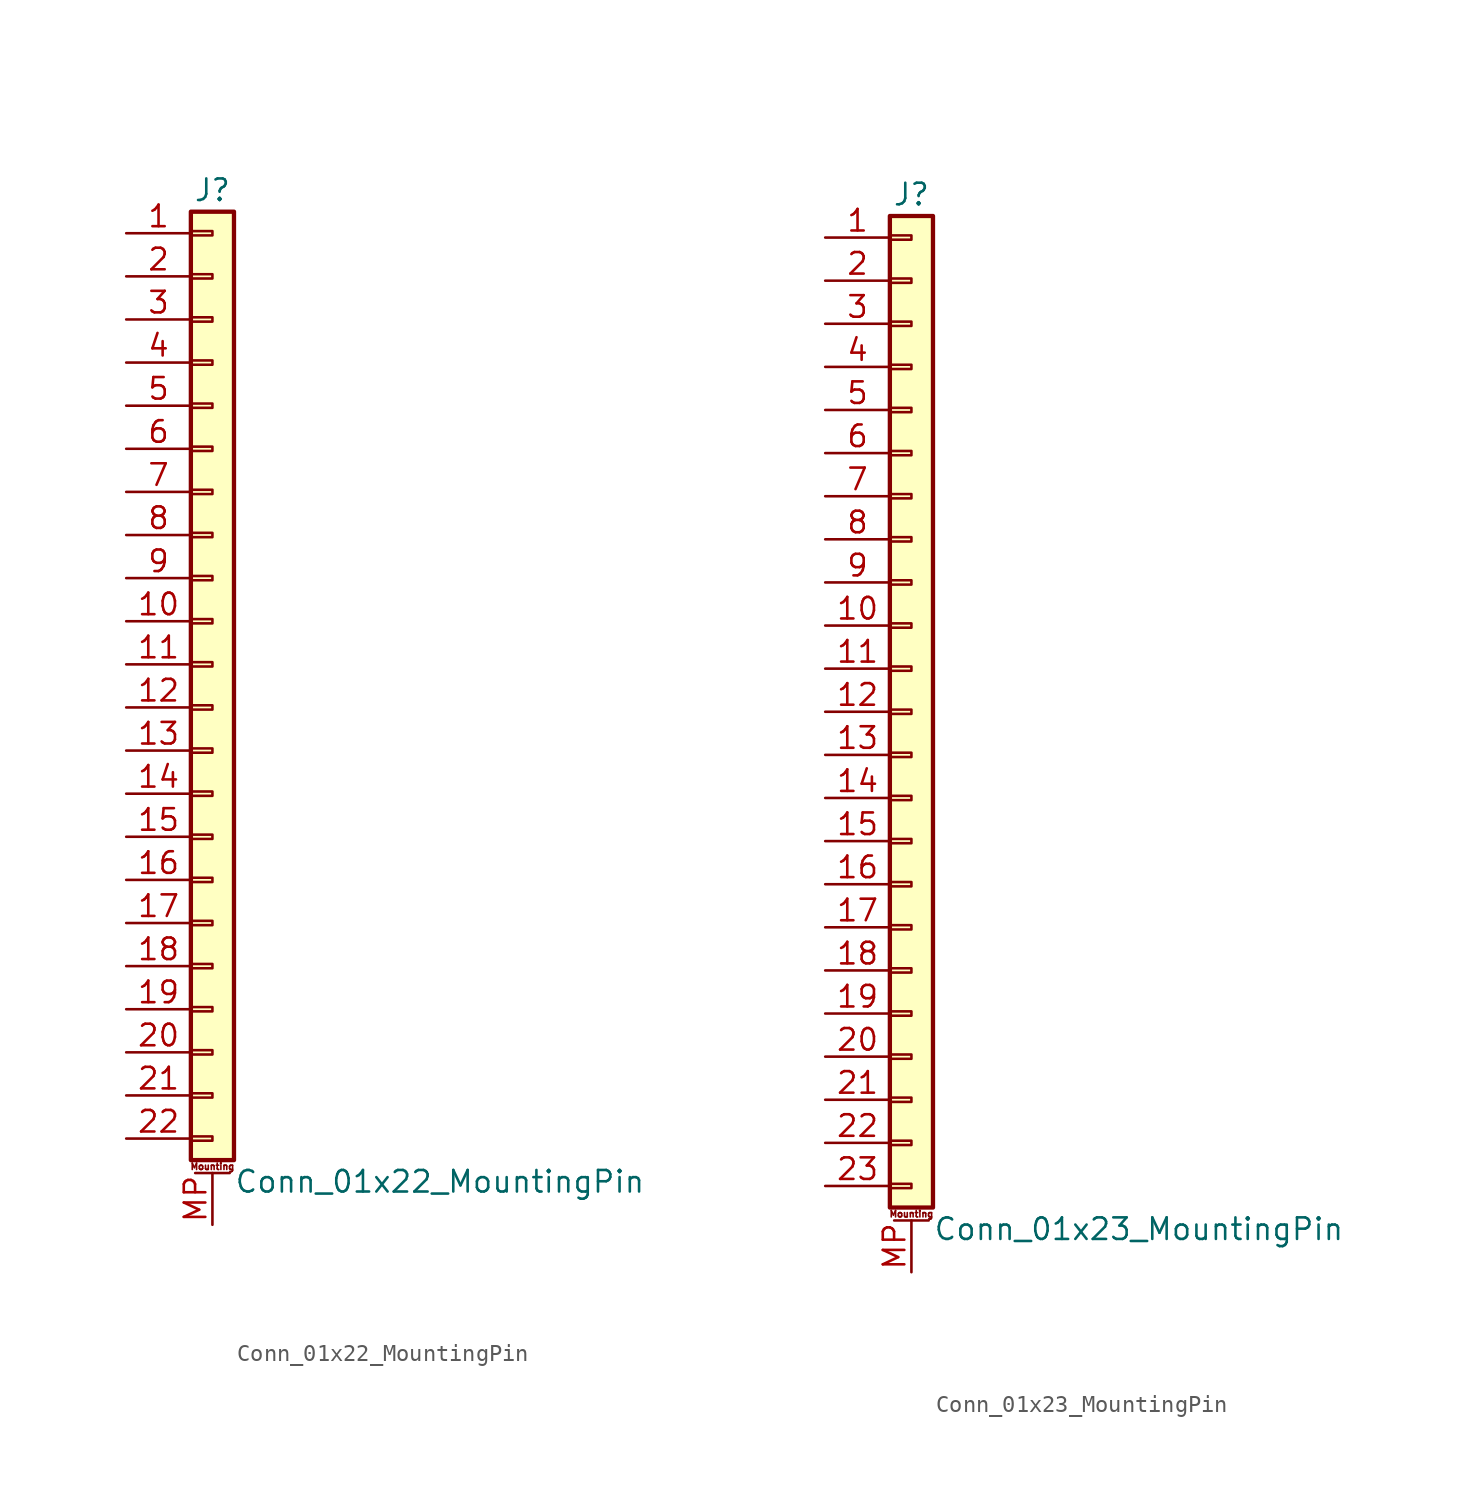
<source format=kicad_sym>
(kicad_symbol_lib
  (version 20201005)
  (generator kicad_symbol_editor)
  (symbol "Conn_01x22_MountingPin"
    (pin_names
      (offset 1.016) hide)
    (property "Reference" "J"
      (at 0 27.94 0)
      (effects (font (size 1.27 1.27))))
    (property "Value" "Conn_01x22_MountingPin"
      (at 1.27 -30.48 0)
      (effects (font (size 1.27 1.27)) (justify left)))
    (symbol "Conn_01x22_MountingPin_1_1"
      (text "Mounting" (at 0 -29.591 0) (effects (font (size 0.381 0.381))))
      (rectangle (start -1.27 -27.813) (end 0 -28.067) (stroke (width 0.152)) (fill (type none)))
      (rectangle (start -1.27 -25.273) (end 0 -25.527) (stroke (width 0.152)) (fill (type none)))
      (rectangle (start -1.27 -22.733) (end 0 -22.987) (stroke (width 0.152)) (fill (type none)))
      (rectangle (start -1.27 -20.193) (end 0 -20.447) (stroke (width 0.152)) (fill (type none)))
      (rectangle (start -1.27 -17.653) (end 0 -17.907) (stroke (width 0.152)) (fill (type none)))
      (rectangle (start -1.27 -15.113) (end 0 -15.367) (stroke (width 0.152)) (fill (type none)))
      (rectangle (start -1.27 -12.573) (end 0 -12.827) (stroke (width 0.152)) (fill (type none)))
      (rectangle (start -1.27 -10.033) (end 0 -10.287) (stroke (width 0.152)) (fill (type none)))
      (rectangle (start -1.27 -7.493) (end 0 -7.747) (stroke (width 0.152)) (fill (type none)))
      (rectangle (start -1.27 -4.953) (end 0 -5.207) (stroke (width 0.152)) (fill (type none)))
      (rectangle (start -1.27 -2.413) (end 0 -2.667) (stroke (width 0.152)) (fill (type none)))
      (rectangle (start -1.27 0.127) (end 0 -0.127) (stroke (width 0.152)) (fill (type none)))
      (rectangle (start -1.27 2.667) (end 0 2.413) (stroke (width 0.152)) (fill (type none)))
      (rectangle (start -1.27 5.207) (end 0 4.953) (stroke (width 0.152)) (fill (type none)))
      (rectangle (start -1.27 7.747) (end 0 7.493) (stroke (width 0.152)) (fill (type none)))
      (rectangle (start -1.27 10.287) (end 0 10.033) (stroke (width 0.152)) (fill (type none)))
      (rectangle (start -1.27 12.827) (end 0 12.573) (stroke (width 0.152)) (fill (type none)))
      (rectangle (start -1.27 15.367) (end 0 15.113) (stroke (width 0.152)) (fill (type none)))
      (rectangle (start -1.27 17.907) (end 0 17.653) (stroke (width 0.152)) (fill (type none)))
      (rectangle (start -1.27 20.447) (end 0 20.193) (stroke (width 0.152)) (fill (type none)))
      (rectangle (start -1.27 22.987) (end 0 22.733) (stroke (width 0.152)) (fill (type none)))
      (rectangle (start -1.27 25.527) (end 0 25.273) (stroke (width 0.152)) (fill (type none)))
      (rectangle (start -1.27 26.67) (end 1.27 -29.21) (stroke (width 0.254)) (fill (type background)))
      (polyline (pts (xy -1.016 -29.972) (xy 1.016 -29.972)) (stroke (width 0.152)) (fill (type none)))
      (pin passive line (at -5.08 25.4 0) (length 3.81) (name "Pin_1" (effects (font (size 1.27 1.27)))) (number "1" (effects (font (size 1.27 1.27)))))
      (pin passive line (at -5.08 2.54 0) (length 3.81) (name "Pin_10" (effects (font (size 1.27 1.27)))) (number "10" (effects (font (size 1.27 1.27)))))
      (pin passive line (at -5.08 0 0) (length 3.81) (name "Pin_11" (effects (font (size 1.27 1.27)))) (number "11" (effects (font (size 1.27 1.27)))))
      (pin passive line (at -5.08 -2.54 0) (length 3.81) (name "Pin_12" (effects (font (size 1.27 1.27)))) (number "12" (effects (font (size 1.27 1.27)))))
      (pin passive line (at -5.08 -5.08 0) (length 3.81) (name "Pin_13" (effects (font (size 1.27 1.27)))) (number "13" (effects (font (size 1.27 1.27)))))
      (pin passive line (at -5.08 -7.62 0) (length 3.81) (name "Pin_14" (effects (font (size 1.27 1.27)))) (number "14" (effects (font (size 1.27 1.27)))))
      (pin passive line (at -5.08 -10.16 0) (length 3.81) (name "Pin_15" (effects (font (size 1.27 1.27)))) (number "15" (effects (font (size 1.27 1.27)))))
      (pin passive line (at -5.08 -12.7 0) (length 3.81) (name "Pin_16" (effects (font (size 1.27 1.27)))) (number "16" (effects (font (size 1.27 1.27)))))
      (pin passive line (at -5.08 -15.24 0) (length 3.81) (name "Pin_17" (effects (font (size 1.27 1.27)))) (number "17" (effects (font (size 1.27 1.27)))))
      (pin passive line (at -5.08 -17.78 0) (length 3.81) (name "Pin_18" (effects (font (size 1.27 1.27)))) (number "18" (effects (font (size 1.27 1.27)))))
      (pin passive line (at -5.08 -20.32 0) (length 3.81) (name "Pin_19" (effects (font (size 1.27 1.27)))) (number "19" (effects (font (size 1.27 1.27)))))
      (pin passive line (at -5.08 22.86 0) (length 3.81) (name "Pin_2" (effects (font (size 1.27 1.27)))) (number "2" (effects (font (size 1.27 1.27)))))
      (pin passive line (at -5.08 -22.86 0) (length 3.81) (name "Pin_20" (effects (font (size 1.27 1.27)))) (number "20" (effects (font (size 1.27 1.27)))))
      (pin passive line (at -5.08 -25.4 0) (length 3.81) (name "Pin_21" (effects (font (size 1.27 1.27)))) (number "21" (effects (font (size 1.27 1.27)))))
      (pin passive line (at -5.08 -27.94 0) (length 3.81) (name "Pin_22" (effects (font (size 1.27 1.27)))) (number "22" (effects (font (size 1.27 1.27)))))
      (pin passive line (at -5.08 20.32 0) (length 3.81) (name "Pin_3" (effects (font (size 1.27 1.27)))) (number "3" (effects (font (size 1.27 1.27)))))
      (pin passive line (at -5.08 17.78 0) (length 3.81) (name "Pin_4" (effects (font (size 1.27 1.27)))) (number "4" (effects (font (size 1.27 1.27)))))
      (pin passive line (at -5.08 15.24 0) (length 3.81) (name "Pin_5" (effects (font (size 1.27 1.27)))) (number "5" (effects (font (size 1.27 1.27)))))
      (pin passive line (at -5.08 12.7 0) (length 3.81) (name "Pin_6" (effects (font (size 1.27 1.27)))) (number "6" (effects (font (size 1.27 1.27)))))
      (pin passive line (at -5.08 10.16 0) (length 3.81) (name "Pin_7" (effects (font (size 1.27 1.27)))) (number "7" (effects (font (size 1.27 1.27)))))
      (pin passive line (at -5.08 7.62 0) (length 3.81) (name "Pin_8" (effects (font (size 1.27 1.27)))) (number "8" (effects (font (size 1.27 1.27)))))
      (pin passive line (at -5.08 5.08 0) (length 3.81) (name "Pin_9" (effects (font (size 1.27 1.27)))) (number "9" (effects (font (size 1.27 1.27)))))
      (pin passive line (at 0 -33.02 90) (length 3.048) (name "MountPin" (effects (font (size 1.27 1.27)))) (number "MP" (effects (font (size 1.27 1.27)))))))
  (symbol "Conn_01x23_MountingPin"
    (pin_names
      (offset 1.016) hide)
    (property "Reference" "J"
      (at 0 30.48 0)
      (effects (font (size 1.27 1.27))))
    (property "Value" "Conn_01x23_MountingPin"
      (at 1.27 -30.48 0)
      (effects (font (size 1.27 1.27)) (justify left)))
    (symbol "Conn_01x23_MountingPin_1_1"
      (text "Mounting" (at 0 -29.591 0) (effects (font (size 0.381 0.381))))
      (rectangle (start -1.27 -27.813) (end 0 -28.067) (stroke (width 0.152)) (fill (type none)))
      (rectangle (start -1.27 -25.273) (end 0 -25.527) (stroke (width 0.152)) (fill (type none)))
      (rectangle (start -1.27 -22.733) (end 0 -22.987) (stroke (width 0.152)) (fill (type none)))
      (rectangle (start -1.27 -20.193) (end 0 -20.447) (stroke (width 0.152)) (fill (type none)))
      (rectangle (start -1.27 -17.653) (end 0 -17.907) (stroke (width 0.152)) (fill (type none)))
      (rectangle (start -1.27 -15.113) (end 0 -15.367) (stroke (width 0.152)) (fill (type none)))
      (rectangle (start -1.27 -12.573) (end 0 -12.827) (stroke (width 0.152)) (fill (type none)))
      (rectangle (start -1.27 -10.033) (end 0 -10.287) (stroke (width 0.152)) (fill (type none)))
      (rectangle (start -1.27 -7.493) (end 0 -7.747) (stroke (width 0.152)) (fill (type none)))
      (rectangle (start -1.27 -4.953) (end 0 -5.207) (stroke (width 0.152)) (fill (type none)))
      (rectangle (start -1.27 -2.413) (end 0 -2.667) (stroke (width 0.152)) (fill (type none)))
      (rectangle (start -1.27 0.127) (end 0 -0.127) (stroke (width 0.152)) (fill (type none)))
      (rectangle (start -1.27 2.667) (end 0 2.413) (stroke (width 0.152)) (fill (type none)))
      (rectangle (start -1.27 5.207) (end 0 4.953) (stroke (width 0.152)) (fill (type none)))
      (rectangle (start -1.27 7.747) (end 0 7.493) (stroke (width 0.152)) (fill (type none)))
      (rectangle (start -1.27 10.287) (end 0 10.033) (stroke (width 0.152)) (fill (type none)))
      (rectangle (start -1.27 12.827) (end 0 12.573) (stroke (width 0.152)) (fill (type none)))
      (rectangle (start -1.27 15.367) (end 0 15.113) (stroke (width 0.152)) (fill (type none)))
      (rectangle (start -1.27 17.907) (end 0 17.653) (stroke (width 0.152)) (fill (type none)))
      (rectangle (start -1.27 20.447) (end 0 20.193) (stroke (width 0.152)) (fill (type none)))
      (rectangle (start -1.27 22.987) (end 0 22.733) (stroke (width 0.152)) (fill (type none)))
      (rectangle (start -1.27 25.527) (end 0 25.273) (stroke (width 0.152)) (fill (type none)))
      (rectangle (start -1.27 28.067) (end 0 27.813) (stroke (width 0.152)) (fill (type none)))
      (rectangle (start -1.27 29.21) (end 1.27 -29.21) (stroke (width 0.254)) (fill (type background)))
      (polyline (pts (xy -1.016 -29.972) (xy 1.016 -29.972)) (stroke (width 0.152)) (fill (type none)))
      (pin passive line (at -5.08 27.94 0) (length 3.81) (name "Pin_1" (effects (font (size 1.27 1.27)))) (number "1" (effects (font (size 1.27 1.27)))))
      (pin passive line (at -5.08 5.08 0) (length 3.81) (name "Pin_10" (effects (font (size 1.27 1.27)))) (number "10" (effects (font (size 1.27 1.27)))))
      (pin passive line (at -5.08 2.54 0) (length 3.81) (name "Pin_11" (effects (font (size 1.27 1.27)))) (number "11" (effects (font (size 1.27 1.27)))))
      (pin passive line (at -5.08 0 0) (length 3.81) (name "Pin_12" (effects (font (size 1.27 1.27)))) (number "12" (effects (font (size 1.27 1.27)))))
      (pin passive line (at -5.08 -2.54 0) (length 3.81) (name "Pin_13" (effects (font (size 1.27 1.27)))) (number "13" (effects (font (size 1.27 1.27)))))
      (pin passive line (at -5.08 -5.08 0) (length 3.81) (name "Pin_14" (effects (font (size 1.27 1.27)))) (number "14" (effects (font (size 1.27 1.27)))))
      (pin passive line (at -5.08 -7.62 0) (length 3.81) (name "Pin_15" (effects (font (size 1.27 1.27)))) (number "15" (effects (font (size 1.27 1.27)))))
      (pin passive line (at -5.08 -10.16 0) (length 3.81) (name "Pin_16" (effects (font (size 1.27 1.27)))) (number "16" (effects (font (size 1.27 1.27)))))
      (pin passive line (at -5.08 -12.7 0) (length 3.81) (name "Pin_17" (effects (font (size 1.27 1.27)))) (number "17" (effects (font (size 1.27 1.27)))))
      (pin passive line (at -5.08 -15.24 0) (length 3.81) (name "Pin_18" (effects (font (size 1.27 1.27)))) (number "18" (effects (font (size 1.27 1.27)))))
      (pin passive line (at -5.08 -17.78 0) (length 3.81) (name "Pin_19" (effects (font (size 1.27 1.27)))) (number "19" (effects (font (size 1.27 1.27)))))
      (pin passive line (at -5.08 25.4 0) (length 3.81) (name "Pin_2" (effects (font (size 1.27 1.27)))) (number "2" (effects (font (size 1.27 1.27)))))
      (pin passive line (at -5.08 -20.32 0) (length 3.81) (name "Pin_20" (effects (font (size 1.27 1.27)))) (number "20" (effects (font (size 1.27 1.27)))))
      (pin passive line (at -5.08 -22.86 0) (length 3.81) (name "Pin_21" (effects (font (size 1.27 1.27)))) (number "21" (effects (font (size 1.27 1.27)))))
      (pin passive line (at -5.08 -25.4 0) (length 3.81) (name "Pin_22" (effects (font (size 1.27 1.27)))) (number "22" (effects (font (size 1.27 1.27)))))
      (pin passive line (at -5.08 -27.94 0) (length 3.81) (name "Pin_23" (effects (font (size 1.27 1.27)))) (number "23" (effects (font (size 1.27 1.27)))))
      (pin passive line (at -5.08 22.86 0) (length 3.81) (name "Pin_3" (effects (font (size 1.27 1.27)))) (number "3" (effects (font (size 1.27 1.27)))))
      (pin passive line (at -5.08 20.32 0) (length 3.81) (name "Pin_4" (effects (font (size 1.27 1.27)))) (number "4" (effects (font (size 1.27 1.27)))))
      (pin passive line (at -5.08 17.78 0) (length 3.81) (name "Pin_5" (effects (font (size 1.27 1.27)))) (number "5" (effects (font (size 1.27 1.27)))))
      (pin passive line (at -5.08 15.24 0) (length 3.81) (name "Pin_6" (effects (font (size 1.27 1.27)))) (number "6" (effects (font (size 1.27 1.27)))))
      (pin passive line (at -5.08 12.7 0) (length 3.81) (name "Pin_7" (effects (font (size 1.27 1.27)))) (number "7" (effects (font (size 1.27 1.27)))))
      (pin passive line (at -5.08 10.16 0) (length 3.81) (name "Pin_8" (effects (font (size 1.27 1.27)))) (number "8" (effects (font (size 1.27 1.27)))))
      (pin passive line (at -5.08 7.62 0) (length 3.81) (name "Pin_9" (effects (font (size 1.27 1.27)))) (number "9" (effects (font (size 1.27 1.27)))))
      (pin passive line (at 0 -33.02 90) (length 3.048) (name "MountPin" (effects (font (size 1.27 1.27)))) (number "MP" (effects (font (size 1.27 1.27))))))))
</source>
